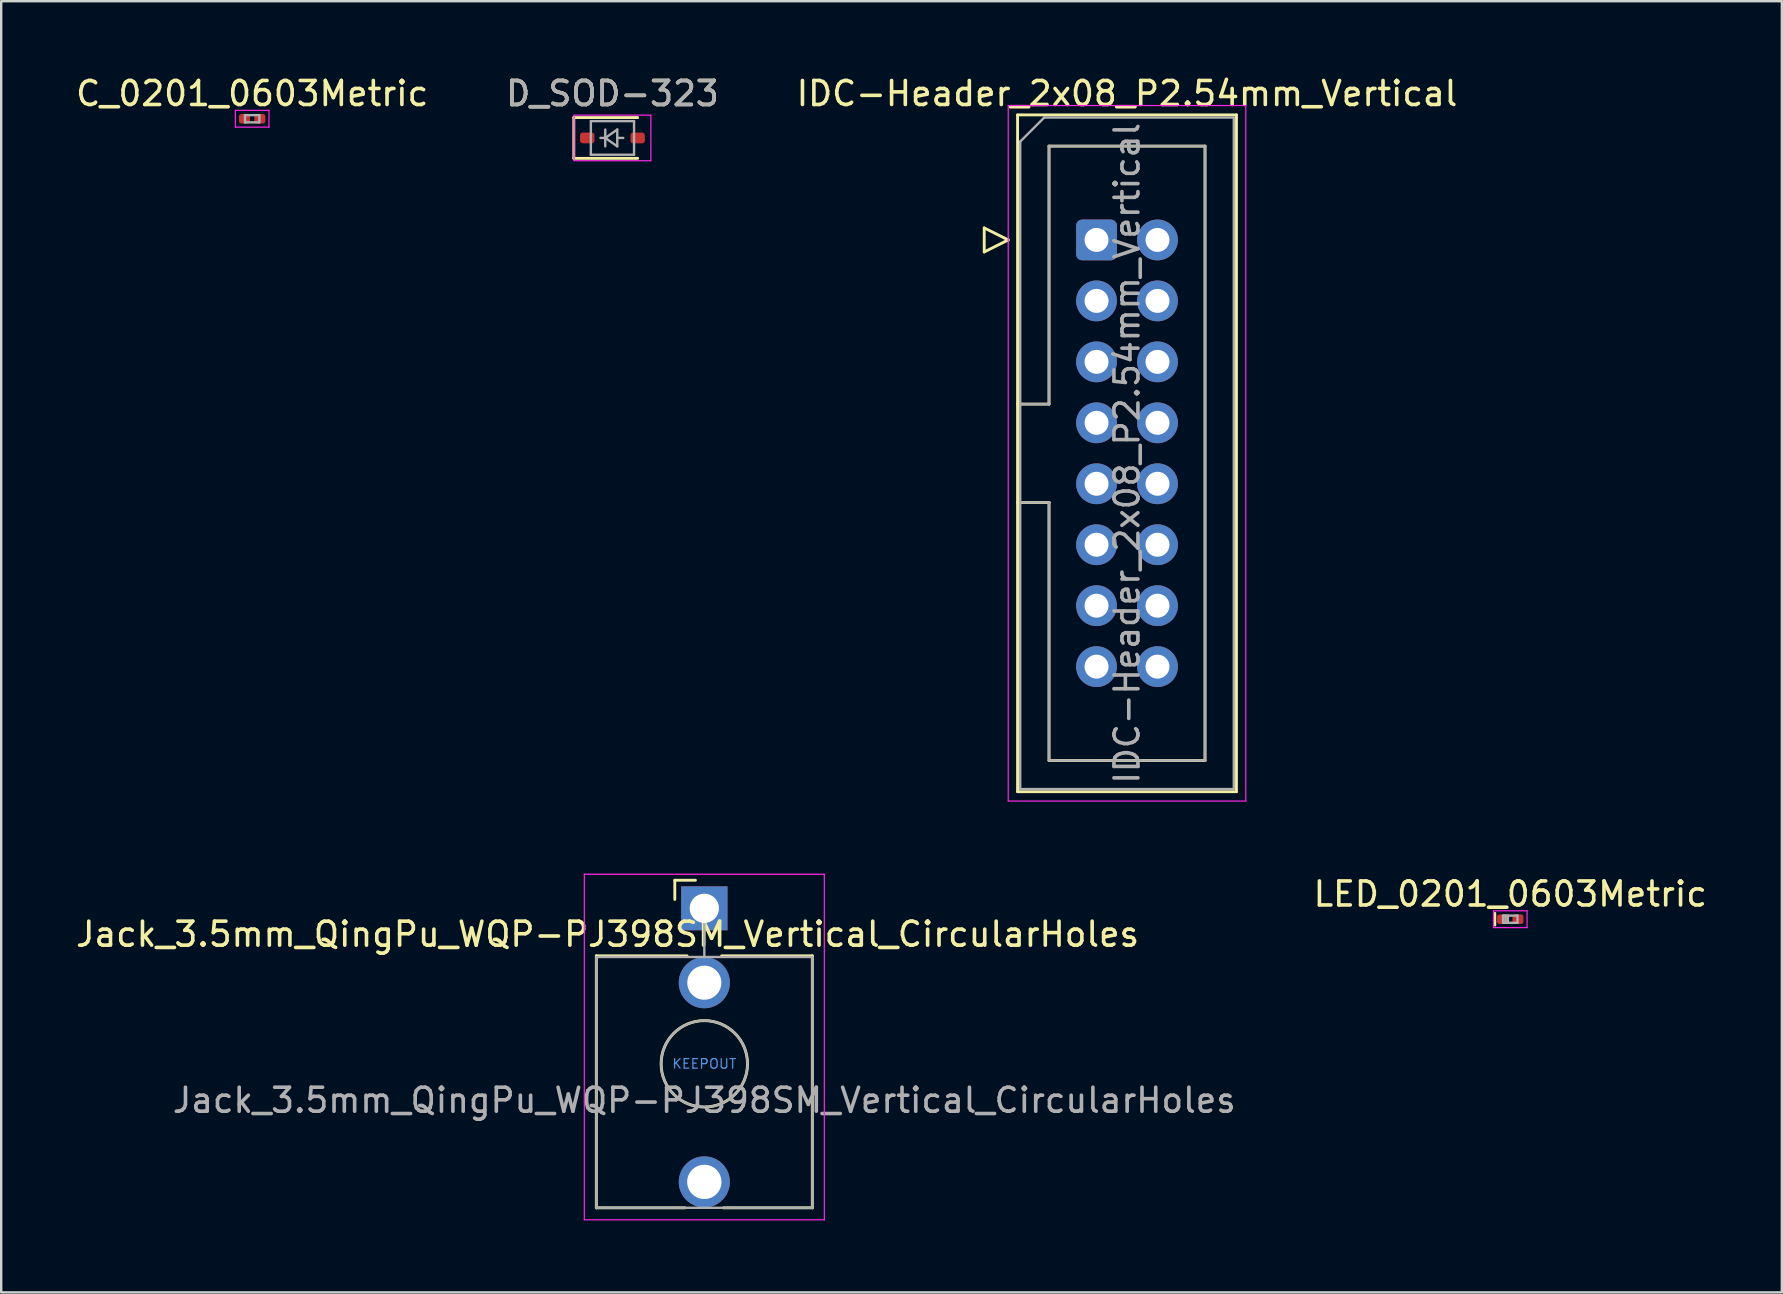
<source format=kicad_pcb>
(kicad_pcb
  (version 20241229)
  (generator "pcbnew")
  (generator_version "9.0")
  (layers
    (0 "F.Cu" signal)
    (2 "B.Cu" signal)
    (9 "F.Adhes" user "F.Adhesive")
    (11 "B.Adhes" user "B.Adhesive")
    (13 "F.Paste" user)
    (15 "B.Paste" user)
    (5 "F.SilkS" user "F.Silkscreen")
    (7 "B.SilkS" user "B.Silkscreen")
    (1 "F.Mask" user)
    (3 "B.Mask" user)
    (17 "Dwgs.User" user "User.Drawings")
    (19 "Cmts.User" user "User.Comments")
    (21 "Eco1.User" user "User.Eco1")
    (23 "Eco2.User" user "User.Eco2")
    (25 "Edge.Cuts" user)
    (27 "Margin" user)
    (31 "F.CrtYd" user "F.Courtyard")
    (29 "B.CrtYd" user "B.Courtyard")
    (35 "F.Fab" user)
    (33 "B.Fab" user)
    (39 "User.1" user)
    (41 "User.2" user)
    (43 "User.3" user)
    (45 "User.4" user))
  (footprint "C_0201_0603Metric"
    (layer "F.Cu")
    (at 7.458 1.898)
    (property "Reference" "C_0201_0603Metric" (at 0 -1.05 0) (layer "F.SilkS") (effects (font (size 1 1) (thickness 0.15))))
    (attr smd)
    (fp_line (start -0.7 -0.35) (end 0.7 -0.35) (stroke (width 0.05) (type solid)) (layer "F.CrtYd"))
    (fp_line (start -0.7 0.35) (end -0.7 -0.35) (stroke (width 0.05) (type solid)) (layer "F.CrtYd"))
    (fp_line (start 0.7 -0.35) (end 0.7 0.35) (stroke (width 0.05) (type solid)) (layer "F.CrtYd"))
    (fp_line (start 0.7 0.35) (end -0.7 0.35) (stroke (width 0.05) (type solid)) (layer "F.CrtYd"))
    (fp_line (start -0.3 -0.15) (end 0.3 -0.15) (stroke (width 0.1) (type solid)) (layer "F.Fab"))
    (fp_line (start -0.3 0.15) (end -0.3 -0.15) (stroke (width 0.1) (type solid)) (layer "F.Fab"))
    (fp_line (start 0.3 -0.15) (end 0.3 0.15) (stroke (width 0.1) (type solid)) (layer "F.Fab"))
    (fp_line (start 0.3 0.15) (end -0.3 0.15) (stroke (width 0.1) (type solid)) (layer "F.Fab"))
    (pad "" smd roundrect (at -0.345 0) (size 0.318 0.36) (layers "F.Paste") (roundrect_rratio 0.25))
    (pad "" smd roundrect (at 0.345 0) (size 0.318 0.36) (layers "F.Paste") (roundrect_rratio 0.25))
    (pad "1" smd roundrect (at -0.32 0) (size 0.46 0.4) (layers "F.Cu" "F.Mask") (roundrect_rratio 0.25))
    (pad "2" smd roundrect (at 0.32 0) (size 0.46 0.4) (layers "F.Cu" "F.Mask") (roundrect_rratio 0.25)))
  (footprint "D_SOD-323"
    (layer "F.Cu")
    (at 22.47 2.698)
    (property "Reference" "D_SOD-323" (at 0 -1.85 0) (layer "F.SilkS") (effects (font (size 1 1) (thickness 0.15))))
    (attr smd)
    (fp_line (start -1.61 -0.85) (end -1.61 0.85) (stroke (width 0.12) (type solid)) (layer "F.SilkS"))
    (fp_line (start -1.61 -0.85) (end 1.05 -0.85) (stroke (width 0.12) (type solid)) (layer "F.SilkS"))
    (fp_line (start -1.61 0.85) (end 1.05 0.85) (stroke (width 0.12) (type solid)) (layer "F.SilkS"))
    (fp_line (start -1.6 -0.95) (end -1.6 0.95) (stroke (width 0.05) (type solid)) (layer "F.CrtYd"))
    (fp_line (start -1.6 -0.95) (end 1.6 -0.95) (stroke (width 0.05) (type solid)) (layer "F.CrtYd"))
    (fp_line (start -1.6 0.95) (end 1.6 0.95) (stroke (width 0.05) (type solid)) (layer "F.CrtYd"))
    (fp_line (start 1.6 -0.95) (end 1.6 0.95) (stroke (width 0.05) (type solid)) (layer "F.CrtYd"))
    (fp_line (start -0.9 -0.7) (end 0.9 -0.7) (stroke (width 0.1) (type solid)) (layer "F.Fab"))
    (fp_line (start -0.9 0.7) (end -0.9 -0.7) (stroke (width 0.1) (type solid)) (layer "F.Fab"))
    (fp_line (start -0.3 -0.35) (end -0.3 0.35) (stroke (width 0.1) (type solid)) (layer "F.Fab"))
    (fp_line (start -0.3 0) (end -0.5 0) (stroke (width 0.1) (type solid)) (layer "F.Fab"))
    (fp_line (start -0.3 0) (end 0.2 -0.35) (stroke (width 0.1) (type solid)) (layer "F.Fab"))
    (fp_line (start 0.2 -0.35) (end 0.2 0.35) (stroke (width 0.1) (type solid)) (layer "F.Fab"))
    (fp_line (start 0.2 0) (end 0.45 0) (stroke (width 0.1) (type solid)) (layer "F.Fab"))
    (fp_line (start 0.2 0.35) (end -0.3 0) (stroke (width 0.1) (type solid)) (layer "F.Fab"))
    (fp_line (start 0.9 -0.7) (end 0.9 0.7) (stroke (width 0.1) (type solid)) (layer "F.Fab"))
    (fp_line (start 0.9 0.7) (end -0.9 0.7) (stroke (width 0.1) (type solid)) (layer "F.Fab"))
    (fp_text user "${REFERENCE}" (at 0 -1.85 0) (layer "F.Fab") (effects (font (size 1 1) (thickness 0.15))))
    (pad "1" smd roundrect (at -1.05 0) (size 0.6 0.45) (layers "F.Cu" "F.Mask" "F.Paste") (roundrect_rratio 0.25))
    (pad "2" smd roundrect (at 1.05 0) (size 0.6 0.45) (layers "F.Cu" "F.Mask" "F.Paste") (roundrect_rratio 0.25)))
  (footprint "Jack_3.5mm_QingPu_WQP-PJ398SM_Vertical_CircularHoles"
    (layer "F.Cu")
    (at 26.298 34.798)
    (property "Reference" "Jack_3.5mm_QingPu_WQP-PJ398SM_Vertical_CircularHoles" (at -4.03 1.08 180) (layer "F.SilkS") (effects (font (size 1 1) (thickness 0.15))))
    (attr through_hole)
    (fp_line (start -4.5 1.98) (end -4.5 12.48) (stroke (width 0.12) (type solid)) (layer "F.SilkS"))
    (fp_line (start -1.23 -1.17) (end -1.23 -0.37) (stroke (width 0.12) (type solid)) (layer "F.SilkS"))
    (fp_line (start -1.23 -1.17) (end -0.37 -1.17) (stroke (width 0.12) (type solid)) (layer "F.SilkS"))
    (fp_line (start -0.8 12.48) (end -4.5 12.48) (stroke (width 0.12) (type solid)) (layer "F.SilkS"))
    (fp_line (start -0.72 1.98) (end -4.5 1.98) (stroke (width 0.12) (type solid)) (layer "F.SilkS"))
    (fp_line (start 4.5 1.98) (end 0.72 1.98) (stroke (width 0.12) (type solid)) (layer "F.SilkS"))
    (fp_line (start 4.5 1.98) (end 4.5 12.48) (stroke (width 0.12) (type solid)) (layer "F.SilkS"))
    (fp_line (start 4.5 12.48) (end 0.8 12.48) (stroke (width 0.12) (type solid)) (layer "F.SilkS"))
    (fp_circle (center 0 6.48) (end 1.8 6.48) (stroke (width 0.12) (type solid)) (fill no) (layer "F.SilkS"))
    (fp_line (start -5 12.98) (end -5 -1.42) (stroke (width 0.05) (type solid)) (layer "F.CrtYd"))
    (fp_line (start 5 -1.42) (end -5 -1.42) (stroke (width 0.05) (type solid)) (layer "F.CrtYd"))
    (fp_line (start 5 12.98) (end -5 12.98) (stroke (width 0.05) (type solid)) (layer "F.CrtYd"))
    (fp_line (start 5 12.98) (end 5 -1.42) (stroke (width 0.05) (type solid)) (layer "F.CrtYd"))
    (fp_line (start -4.5 12.48) (end -4.5 2.08) (stroke (width 0.1) (type solid)) (layer "F.Fab"))
    (fp_line (start 0 0) (end 0 2.03) (stroke (width 0.1) (type solid)) (layer "F.Fab"))
    (fp_line (start 4.5 2.03) (end -4.5 2.03) (stroke (width 0.1) (type solid)) (layer "F.Fab"))
    (fp_line (start 4.5 12.48) (end -4.5 12.48) (stroke (width 0.1) (type solid)) (layer "F.Fab"))
    (fp_line (start 4.5 12.48) (end 4.5 2.08) (stroke (width 0.1) (type solid)) (layer "F.Fab"))
    (fp_circle (center 0 6.48) (end 1.8 6.48) (stroke (width 0.1) (type solid)) (fill no) (layer "F.Fab"))
    (fp_text user "KEEPOUT" (at 0 6.48 0) (layer "Cmts.User") (effects (font (size 0.4 0.4) (thickness 0.051))))
    (fp_text user "${REFERENCE}" (at 0 8 180) (layer "F.Fab") (effects (font (size 1 1) (thickness 0.15))))
    (pad "S" thru_hole rect (at 0 0 180) (size 1.93 1.83) (drill 1.22) (layers "*.Cu" "*.Mask"))
    (pad "T" thru_hole circle (at 0 11.4 180) (size 2.13 2.13) (drill 1.43) (layers "*.Cu" "*.Mask"))
    (pad "TN" thru_hole circle (at 0 3.1 180) (size 2.13 2.13) (drill 1.42) (layers "*.Cu" "*.Mask"))
    (zone (net_name "") (layer "F.Cu") (hatch full 0.508) (connect_pads) (min_thickness 0.254) (filled_areas_thickness no) (keepout (tracks not_allowed) (vias not_allowed) (pads not_allowed) (copperpour not_allowed) (footprints not_allowed)) (placement (enabled no)) (fill) (polygon (pts (xy 27.803 41.278) (xy 27.783 41.032) (xy 27.723 40.793) (xy 27.624 40.567) (xy 27.49 40.36) (xy 27.324 40.177) (xy 27.131 40.025) (xy 26.915 39.905) (xy 26.682 39.823) (xy 26.44 39.78) (xy 26.193 39.777) (xy 25.949 39.814) (xy 25.715 39.891) (xy 25.496 40.005) (xy 25.299 40.153) (xy 25.128 40.331) (xy 24.989 40.535) (xy 24.885 40.759) (xy 24.819 40.996) (xy 24.793 41.241) (xy 24.807 41.488) (xy 24.862 41.728) (xy 24.954 41.957) (xy 25.083 42.167) (xy 25.245 42.354) (xy 25.435 42.511) (xy 25.648 42.636) (xy 25.878 42.724) (xy 26.12 42.773) (xy 26.366 42.782) (xy 26.611 42.751) (xy 26.847 42.68) (xy 27.069 42.571) (xy 27.269 42.428) (xy 27.444 42.254) (xy 27.588 42.053) (xy 27.697 41.832) (xy 27.769 41.596) (xy 27.801 41.352)))))
  (footprint "IDC-Header_2x08_P2.54mm_Vertical"
    (layer "F.Cu")
    (at 42.641 6.948)
    (property "Reference" "IDC-Header_2x08_P2.54mm_Vertical" (at 1.27 -6.1 0) (layer "F.SilkS") (effects (font (size 1 1) (thickness 0.15))))
    (attr through_hole)
    (fp_line (start -4.68 -0.5) (end -4.68 0.5) (stroke (width 0.12) (type solid)) (layer "F.SilkS"))
    (fp_line (start -4.68 0.5) (end -3.68 0) (stroke (width 0.12) (type solid)) (layer "F.SilkS"))
    (fp_line (start -3.68 0) (end -4.68 -0.5) (stroke (width 0.12) (type solid)) (layer "F.SilkS"))
    (fp_line (start -3.29 -5.21) (end 5.83 -5.21) (stroke (width 0.12) (type solid)) (layer "F.SilkS"))
    (fp_line (start -3.29 6.84) (end -1.98 6.84) (stroke (width 0.12) (type solid)) (layer "F.SilkS"))
    (fp_line (start -3.29 22.99) (end -3.29 -5.21) (stroke (width 0.12) (type solid)) (layer "F.SilkS"))
    (fp_line (start -1.98 -3.91) (end 4.52 -3.91) (stroke (width 0.12) (type solid)) (layer "F.SilkS"))
    (fp_line (start -1.98 6.84) (end -1.98 -3.91) (stroke (width 0.12) (type solid)) (layer "F.SilkS"))
    (fp_line (start -1.98 10.94) (end -3.29 10.94) (stroke (width 0.12) (type solid)) (layer "F.SilkS"))
    (fp_line (start -1.98 10.94) (end -1.98 10.94) (stroke (width 0.12) (type solid)) (layer "F.SilkS"))
    (fp_line (start -1.98 21.69) (end -1.98 10.94) (stroke (width 0.12) (type solid)) (layer "F.SilkS"))
    (fp_line (start 4.52 -3.91) (end 4.52 21.69) (stroke (width 0.12) (type solid)) (layer "F.SilkS"))
    (fp_line (start 4.52 21.69) (end -1.98 21.69) (stroke (width 0.12) (type solid)) (layer "F.SilkS"))
    (fp_line (start 5.83 -5.21) (end 5.83 22.99) (stroke (width 0.12) (type solid)) (layer "F.SilkS"))
    (fp_line (start 5.83 22.99) (end -3.29 22.99) (stroke (width 0.12) (type solid)) (layer "F.SilkS"))
    (fp_line (start -3.68 -5.6) (end -3.68 23.38) (stroke (width 0.05) (type solid)) (layer "F.CrtYd"))
    (fp_line (start -3.68 23.38) (end 6.22 23.38) (stroke (width 0.05) (type solid)) (layer "F.CrtYd"))
    (fp_line (start 6.22 -5.6) (end -3.68 -5.6) (stroke (width 0.05) (type solid)) (layer "F.CrtYd"))
    (fp_line (start 6.22 23.38) (end 6.22 -5.6) (stroke (width 0.05) (type solid)) (layer "F.CrtYd"))
    (fp_line (start -3.18 -4.1) (end -2.18 -5.1) (stroke (width 0.1) (type solid)) (layer "F.Fab"))
    (fp_line (start -3.18 6.84) (end -1.98 6.84) (stroke (width 0.1) (type solid)) (layer "F.Fab"))
    (fp_line (start -3.18 22.88) (end -3.18 -4.1) (stroke (width 0.1) (type solid)) (layer "F.Fab"))
    (fp_line (start -2.18 -5.1) (end 5.72 -5.1) (stroke (width 0.1) (type solid)) (layer "F.Fab"))
    (fp_line (start -1.98 -3.91) (end 4.52 -3.91) (stroke (width 0.1) (type solid)) (layer "F.Fab"))
    (fp_line (start -1.98 6.84) (end -1.98 -3.91) (stroke (width 0.1) (type solid)) (layer "F.Fab"))
    (fp_line (start -1.98 10.94) (end -3.18 10.94) (stroke (width 0.1) (type solid)) (layer "F.Fab"))
    (fp_line (start -1.98 10.94) (end -1.98 10.94) (stroke (width 0.1) (type solid)) (layer "F.Fab"))
    (fp_line (start -1.98 21.69) (end -1.98 10.94) (stroke (width 0.1) (type solid)) (layer "F.Fab"))
    (fp_line (start 4.52 -3.91) (end 4.52 21.69) (stroke (width 0.1) (type solid)) (layer "F.Fab"))
    (fp_line (start 4.52 21.69) (end -1.98 21.69) (stroke (width 0.1) (type solid)) (layer "F.Fab"))
    (fp_line (start 5.72 -5.1) (end 5.72 22.88) (stroke (width 0.1) (type solid)) (layer "F.Fab"))
    (fp_line (start 5.72 22.88) (end -3.18 22.88) (stroke (width 0.1) (type solid)) (layer "F.Fab"))
    (fp_text user "${REFERENCE}" (at 1.27 8.89 90) (layer "F.Fab") (effects (font (size 1 1) (thickness 0.15))))
    (pad "1" thru_hole roundrect (at 0 0) (size 1.7 1.7) (drill 1) (layers "*.Cu" "*.Mask") (roundrect_rratio 0.147))
    (pad "2" thru_hole circle (at 2.54 0) (size 1.7 1.7) (drill 1) (layers "*.Cu" "*.Mask"))
    (pad "3" thru_hole circle (at 0 2.54) (size 1.7 1.7) (drill 1) (layers "*.Cu" "*.Mask"))
    (pad "4" thru_hole circle (at 2.54 2.54) (size 1.7 1.7) (drill 1) (layers "*.Cu" "*.Mask"))
    (pad "5" thru_hole circle (at 0 5.08) (size 1.7 1.7) (drill 1) (layers "*.Cu" "*.Mask"))
    (pad "6" thru_hole circle (at 2.54 5.08) (size 1.7 1.7) (drill 1) (layers "*.Cu" "*.Mask"))
    (pad "7" thru_hole circle (at 0 7.62) (size 1.7 1.7) (drill 1) (layers "*.Cu" "*.Mask"))
    (pad "8" thru_hole circle (at 2.54 7.62) (size 1.7 1.7) (drill 1) (layers "*.Cu" "*.Mask"))
    (pad "9" thru_hole circle (at 0 10.16) (size 1.7 1.7) (drill 1) (layers "*.Cu" "*.Mask"))
    (pad "10" thru_hole circle (at 2.54 10.16) (size 1.7 1.7) (drill 1) (layers "*.Cu" "*.Mask"))
    (pad "11" thru_hole circle (at 0 12.7) (size 1.7 1.7) (drill 1) (layers "*.Cu" "*.Mask"))
    (pad "12" thru_hole circle (at 2.54 12.7) (size 1.7 1.7) (drill 1) (layers "*.Cu" "*.Mask"))
    (pad "13" thru_hole circle (at 0 15.24) (size 1.7 1.7) (drill 1) (layers "*.Cu" "*.Mask"))
    (pad "14" thru_hole circle (at 2.54 15.24) (size 1.7 1.7) (drill 1) (layers "*.Cu" "*.Mask"))
    (pad "15" thru_hole circle (at 0 17.78) (size 1.7 1.7) (drill 1) (layers "*.Cu" "*.Mask"))
    (pad "16" thru_hole circle (at 2.54 17.78) (size 1.7 1.7) (drill 1) (layers "*.Cu" "*.Mask")))
  (footprint "LED_0201_0603Metric"
    (layer "F.Cu")
    (at 59.881 35.252)
    (property "Reference" "LED_0201_0603Metric" (at 0 -1.05 0) (layer "F.SilkS") (effects (font (size 1 1) (thickness 0.15))))
    (attr smd)
    (fp_line (start -0.635 -0.254) (end -0.635 0.254) (stroke (width 0.1) (type default)) (layer "F.SilkS"))
    (fp_line (start -0.7 -0.35) (end 0.7 -0.35) (stroke (width 0.05) (type solid)) (layer "F.CrtYd"))
    (fp_line (start -0.7 0.35) (end -0.7 -0.35) (stroke (width 0.05) (type solid)) (layer "F.CrtYd"))
    (fp_line (start 0.7 -0.35) (end 0.7 0.35) (stroke (width 0.05) (type solid)) (layer "F.CrtYd"))
    (fp_line (start 0.7 0.35) (end -0.7 0.35) (stroke (width 0.05) (type solid)) (layer "F.CrtYd"))
    (fp_line (start -0.3 -0.15) (end 0.3 -0.15) (stroke (width 0.1) (type solid)) (layer "F.Fab"))
    (fp_line (start -0.3 0.15) (end -0.3 -0.15) (stroke (width 0.1) (type solid)) (layer "F.Fab"))
    (fp_line (start -0.2 0.15) (end -0.2 -0.15) (stroke (width 0.1) (type solid)) (layer "F.Fab"))
    (fp_line (start -0.1 0.15) (end -0.1 -0.15) (stroke (width 0.1) (type solid)) (layer "F.Fab"))
    (fp_line (start 0.3 -0.15) (end 0.3 0.15) (stroke (width 0.1) (type solid)) (layer "F.Fab"))
    (fp_line (start 0.3 0.15) (end -0.3 0.15) (stroke (width 0.1) (type solid)) (layer "F.Fab"))
    (pad "" smd roundrect (at -0.345 0) (size 0.318 0.36) (layers "F.Paste") (roundrect_rratio 0.25))
    (pad "" smd roundrect (at 0.345 0) (size 0.318 0.36) (layers "F.Paste") (roundrect_rratio 0.25))
    (pad "1" smd roundrect (at -0.32 0) (size 0.46 0.4) (layers "F.Cu" "F.Mask") (roundrect_rratio 0.25))
    (pad "2" smd roundrect (at 0.32 0) (size 0.46 0.4) (layers "F.Cu" "F.Mask") (roundrect_rratio 0.25)))
  (gr_rect
    (start -3 -3)
    (end 71.197 50.803)
    (stroke (width 0.1) (type default))
    (fill no)
    (layer "Edge.Cuts")))
</source>
